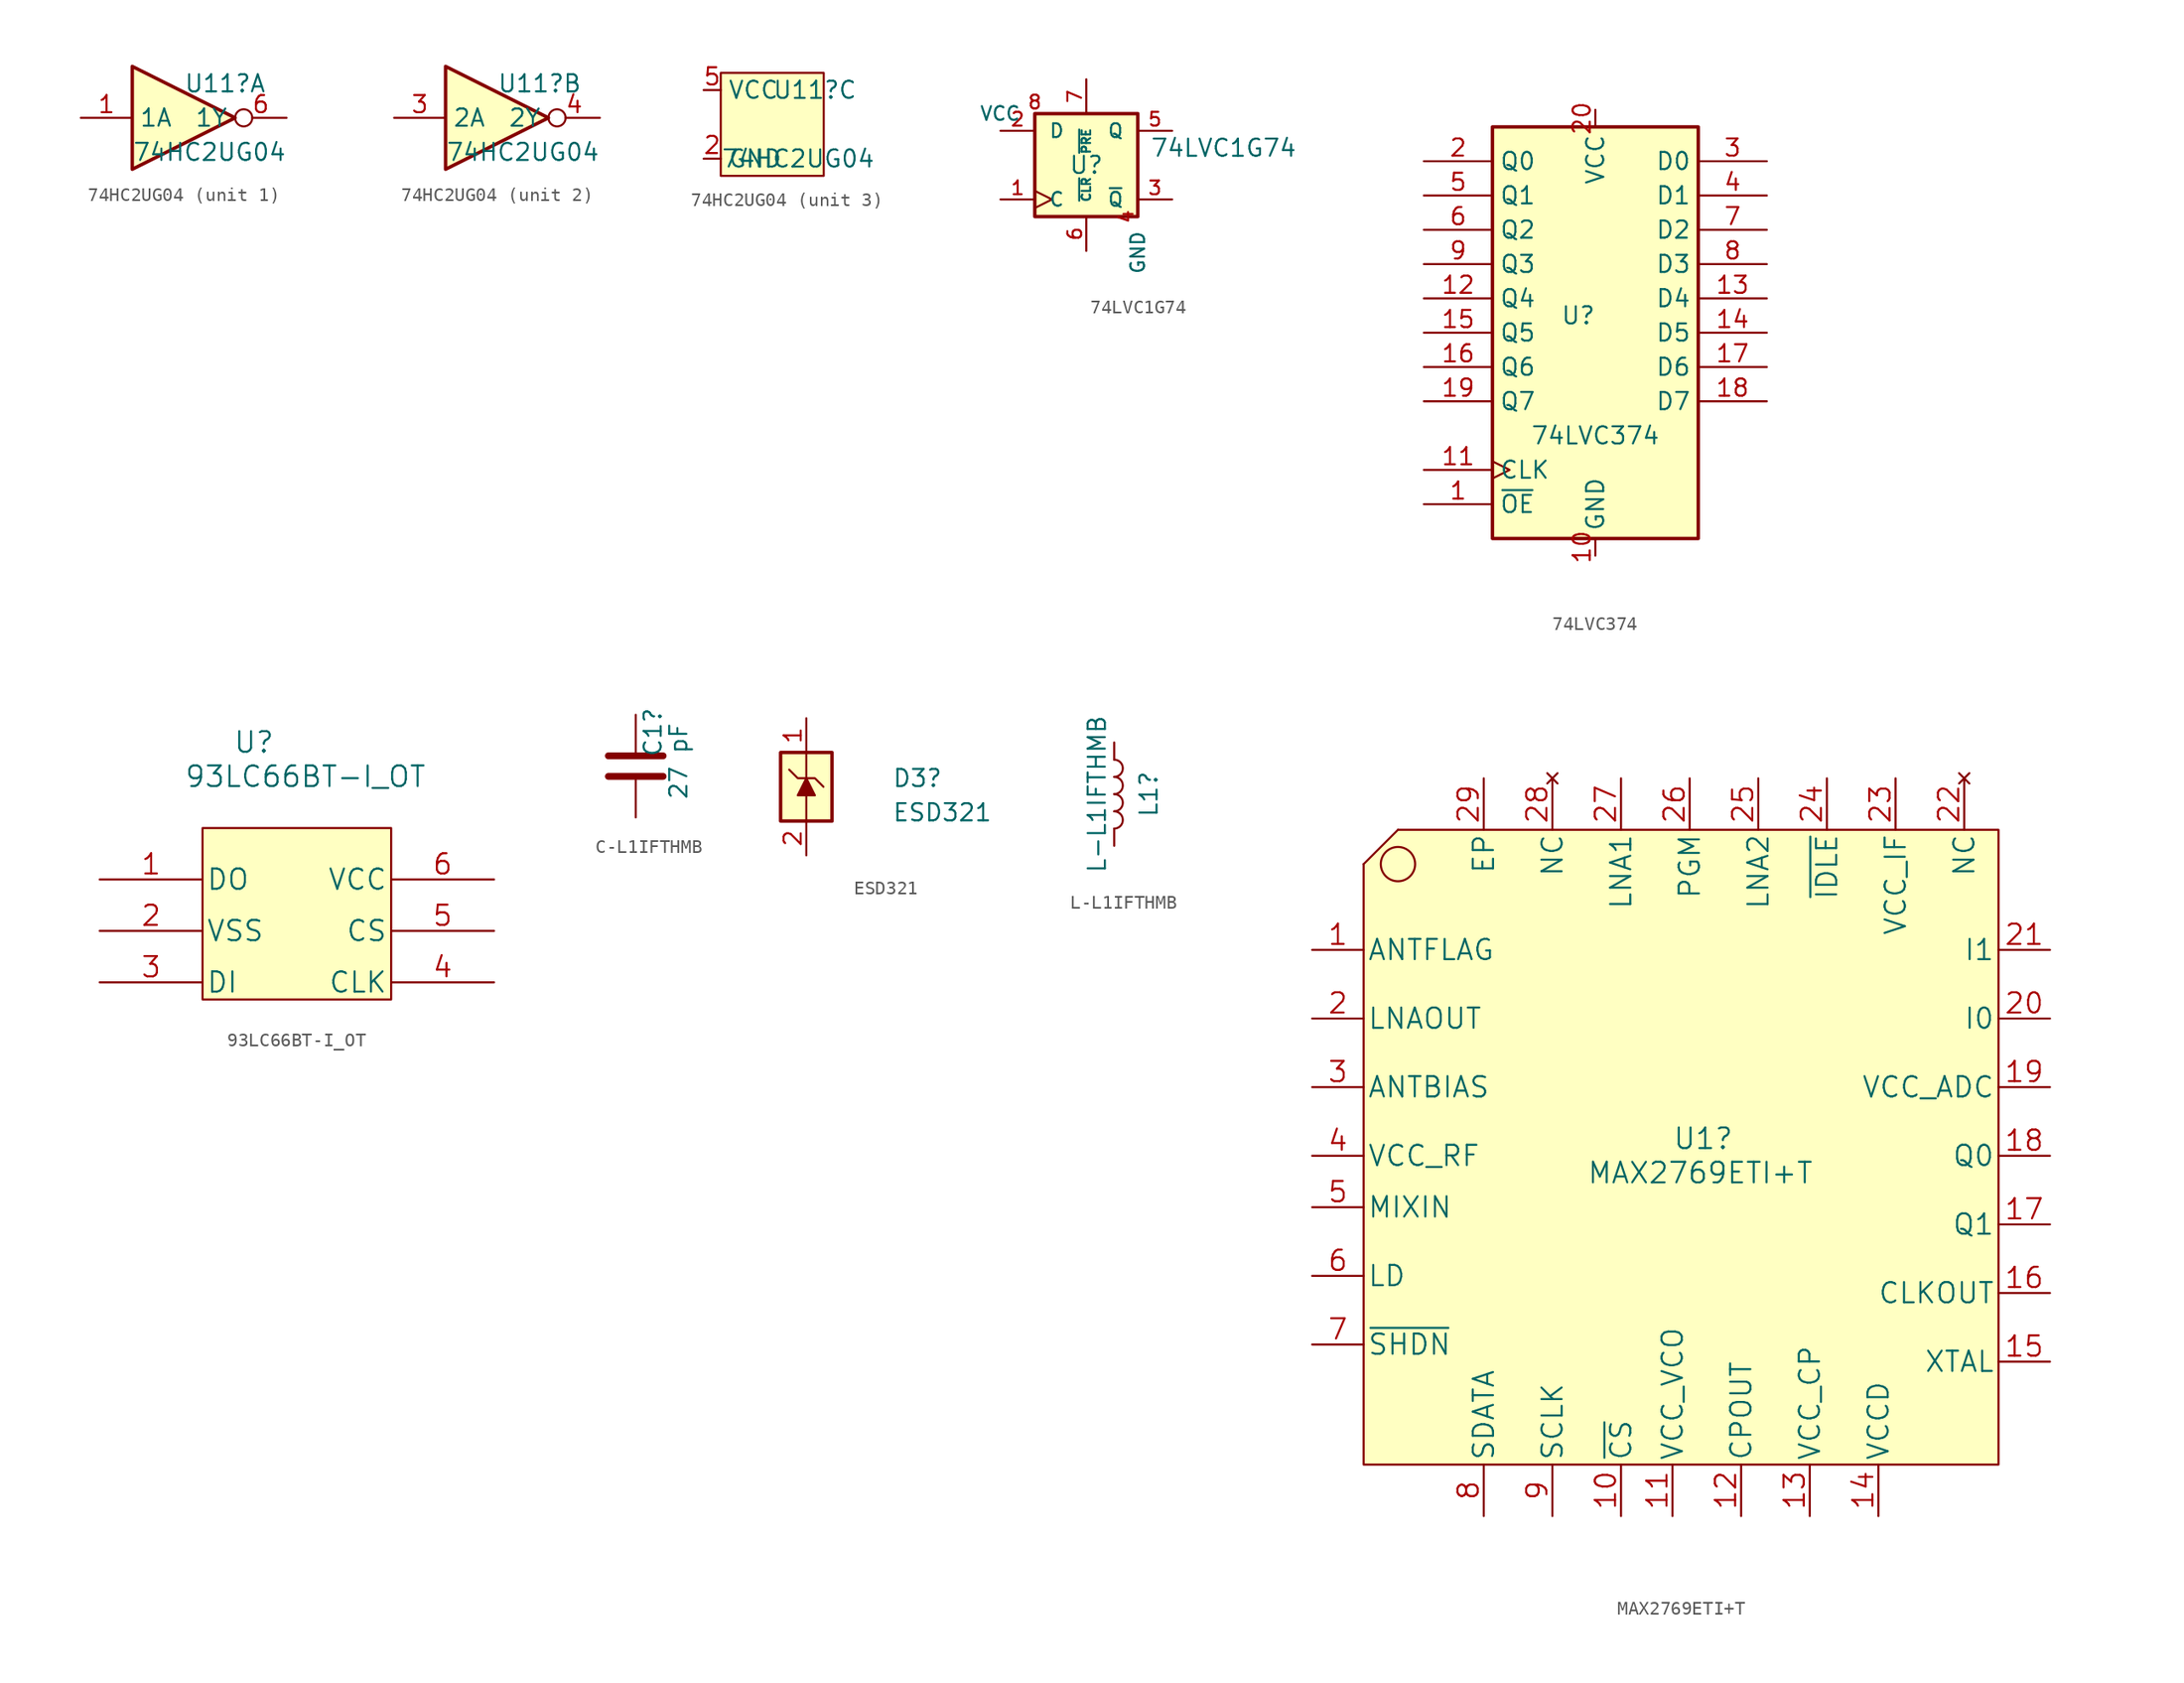
<source format=kicad_sym>
(kicad_symbol_lib
  (version 20220914)
  (generator kicad_symbol_editor)
  (symbol "74HC2UG04"
    (property "Reference" "U11"
      (at 0 2.54 0)
      (effects (font (size 1.27 1.27)) (justify left)))
    (property "Value" "74HC2UG04"
      (at -3.81 -2.54 0)
      (effects (font (size 1.27 1.27)) (justify left)))
    (property "ki_locked" ""
      (at 0 0 0)
      (effects (font (size 1.27 1.27))))
    (symbol "74HC2UG04_1_0"
      (polyline (pts (xy -3.81 3.81) (xy -3.81 -3.81) (xy 3.81 0) (xy -3.81 3.81)) (stroke (width 0.254) (type solid)) (fill (type background)))
      (pin input line (at -7.62 0 0) (length 3.81) (name "1A" (effects (font (size 1.27 1.27)))) (number "1" (effects (font (size 1.27 1.27)))))
      (pin output inverted (at 7.62 0 180) (length 3.81) (name "1Y" (effects (font (size 1.27 1.27)))) (number "6" (effects (font (size 1.27 1.27))))))
    (symbol "74HC2UG04_2_0"
      (polyline (pts (xy -3.81 3.81) (xy -3.81 -3.81) (xy 3.81 0) (xy -3.81 3.81)) (stroke (width 0.254) (type solid)) (fill (type background)))
      (pin input line (at -7.62 0 0) (length 3.81) (name "2A" (effects (font (size 1.27 1.27)))) (number "3" (effects (font (size 1.27 1.27)))))
      (pin output inverted (at 7.62 0 180) (length 3.81) (name "2Y" (effects (font (size 1.27 1.27)))) (number "4" (effects (font (size 1.27 1.27))))))
    (symbol "74HC2UG04_3_0"
      (pin power_in line (at -5.08 -2.54 0) (length 1.27) (name "GND" (effects (font (size 1.27 1.27)))) (number "2" (effects (font (size 1.27 1.27)))))
      (pin power_in line (at -5.08 2.54 0) (length 1.27) (name "VCC" (effects (font (size 1.27 1.27)))) (number "5" (effects (font (size 1.27 1.27))))))
    (symbol "74HC2UG04_3_1"
      (rectangle (start 3.81 3.81) (end -3.81 -3.81) (stroke (width 0) (type solid)) (fill (type background)))))
  (symbol "74LVC1G74"
    (pin_names
      (offset 1.016))
    (property "Reference" "U"
      (at 0 0 0)
      (effects (font (size 1.27 1.27))))
    (property "Value" "74LVC1G74"
      (at 10.16 1.27 0)
      (effects (font (size 1.27 1.27))))
    (symbol "74LVC1G74_0_1"
      (rectangle (start -3.81 3.81) (end 3.81 -3.81) (stroke (width 0.254) (type solid)) (fill (type background))))
    (symbol "74LVC1G74_1_1"
      (pin input clock (at -6.35 -2.54 0) (length 2.54) (name "C" (effects (font (size 1.016 1.016)))) (number "1" (effects (font (size 1.016 1.016)))))
      (pin input line (at -6.35 2.54 0) (length 2.54) (name "D" (effects (font (size 1.016 1.016)))) (number "2" (effects (font (size 1.016 1.016)))))
      (pin output line (at 6.35 -2.54 180) (length 2.54) (name "~{Q}" (effects (font (size 1.016 1.016)))) (number "3" (effects (font (size 1.016 1.016)))))
      (pin power_in line (at 3.81 -3.81 270) (length 0) (name "GND" (effects (font (size 1.016 1.016)))) (number "4" (effects (font (size 1.016 1.016)))))
      (pin output line (at 6.35 2.54 180) (length 2.54) (name "Q" (effects (font (size 1.016 1.016)))) (number "5" (effects (font (size 1.016 1.016)))))
      (pin input line (at 0 -6.35 90) (length 2.54) (name "~{CLR}" (effects (font (size 0.635 0.635)))) (number "6" (effects (font (size 1.016 1.016)))))
      (pin input line (at 0 6.35 270) (length 2.54) (name "~{PRE}" (effects (font (size 0.635 0.635)))) (number "7" (effects (font (size 1.016 1.016)))))
      (pin power_in line (at -3.81 3.81 180) (length 0) (name "VCC" (effects (font (size 1.016 1.016)))) (number "8" (effects (font (size 1.016 1.016)))))))
  (symbol "74LVC374"
    (property "Reference" "U"
      (at -1.27 1.27 0)
      (effects (font (size 1.27 1.27))))
    (property "Value" "74LVC374"
      (at 0 -7.62 0)
      (effects (font (size 1.27 1.27))))
    (symbol "74LVC374_1_0"
      (pin input line (at -12.7 -12.7 0) (length 5.08) (name "~{OE}" (effects (font (size 1.27 1.27)))) (number "1" (effects (font (size 1.27 1.27)))))
      (pin power_in line (at 0 -16.51 90) (length 1.27) (name "GND" (effects (font (size 1.27 1.27)))) (number "10" (effects (font (size 1.27 1.27)))))
      (pin input clock (at -12.7 -10.16 0) (length 5.08) (name "CLK" (effects (font (size 1.27 1.27)))) (number "11" (effects (font (size 1.27 1.27)))))
      (pin tri_state line (at -12.7 2.54 0) (length 5.08) (name "Q4" (effects (font (size 1.27 1.27)))) (number "12" (effects (font (size 1.27 1.27)))))
      (pin input line (at 12.7 2.54 180) (length 5.08) (name "D4" (effects (font (size 1.27 1.27)))) (number "13" (effects (font (size 1.27 1.27)))))
      (pin input line (at 12.7 0 180) (length 5.08) (name "D5" (effects (font (size 1.27 1.27)))) (number "14" (effects (font (size 1.27 1.27)))))
      (pin tri_state line (at -12.7 0 0) (length 5.08) (name "Q5" (effects (font (size 1.27 1.27)))) (number "15" (effects (font (size 1.27 1.27)))))
      (pin tri_state line (at -12.7 -2.54 0) (length 5.08) (name "Q6" (effects (font (size 1.27 1.27)))) (number "16" (effects (font (size 1.27 1.27)))))
      (pin input line (at 12.7 -2.54 180) (length 5.08) (name "D6" (effects (font (size 1.27 1.27)))) (number "17" (effects (font (size 1.27 1.27)))))
      (pin input line (at 12.7 -5.08 180) (length 5.08) (name "D7" (effects (font (size 1.27 1.27)))) (number "18" (effects (font (size 1.27 1.27)))))
      (pin tri_state line (at -12.7 -5.08 0) (length 5.08) (name "Q7" (effects (font (size 1.27 1.27)))) (number "19" (effects (font (size 1.27 1.27)))))
      (pin tri_state line (at -12.7 12.7 0) (length 5.08) (name "Q0" (effects (font (size 1.27 1.27)))) (number "2" (effects (font (size 1.27 1.27)))))
      (pin power_in line (at 0 16.51 270) (length 1.27) (name "VCC" (effects (font (size 1.27 1.27)))) (number "20" (effects (font (size 1.27 1.27)))))
      (pin input line (at 12.7 12.7 180) (length 5.08) (name "D0" (effects (font (size 1.27 1.27)))) (number "3" (effects (font (size 1.27 1.27)))))
      (pin input line (at 12.7 10.16 180) (length 5.08) (name "D1" (effects (font (size 1.27 1.27)))) (number "4" (effects (font (size 1.27 1.27)))))
      (pin tri_state line (at -12.7 10.16 0) (length 5.08) (name "Q1" (effects (font (size 1.27 1.27)))) (number "5" (effects (font (size 1.27 1.27)))))
      (pin tri_state line (at -12.7 7.62 0) (length 5.08) (name "Q2" (effects (font (size 1.27 1.27)))) (number "6" (effects (font (size 1.27 1.27)))))
      (pin input line (at 12.7 7.62 180) (length 5.08) (name "D2" (effects (font (size 1.27 1.27)))) (number "7" (effects (font (size 1.27 1.27)))))
      (pin input line (at 12.7 5.08 180) (length 5.08) (name "D3" (effects (font (size 1.27 1.27)))) (number "8" (effects (font (size 1.27 1.27)))))
      (pin tri_state line (at -12.7 5.08 0) (length 5.08) (name "Q3" (effects (font (size 1.27 1.27)))) (number "9" (effects (font (size 1.27 1.27))))))
    (symbol "74LVC374_1_1"
      (rectangle (start -7.62 15.24) (end 7.62 -15.24) (stroke (width 0.254) (type solid)) (fill (type background)))))
  (symbol "93LC66BT-I_OT"
    (pin_names
      (offset 0.254))
    (property "Reference" "U"
      (at 11.43 10.16 0)
      (effects (font (size 1.524 1.524))))
    (property "Value" "93LC66BT-I_OT"
      (at 15.24 7.62 0)
      (effects (font (size 1.524 1.524))))
    (symbol "93LC66BT-I_OT_0_1"
      (rectangle (start 7.62 3.81) (end 21.59 -8.89) (stroke (width 0) (type solid)) (fill (type background))))
    (symbol "93LC66BT-I_OT_1_0"
      (pin unspecified line (at 0 0 0) (length 7.62) (name "DO" (effects (font (size 1.499 1.499)))) (number "1" (effects (font (size 1.499 1.499)))))
      (pin unspecified line (at 0 -3.81 0) (length 7.62) (name "VSS" (effects (font (size 1.499 1.499)))) (number "2" (effects (font (size 1.499 1.499)))))
      (pin unspecified line (at 0 -7.62 0) (length 7.62) (name "DI" (effects (font (size 1.499 1.499)))) (number "3" (effects (font (size 1.499 1.499)))))
      (pin unspecified line (at 29.21 -7.62 180) (length 7.62) (name "CLK" (effects (font (size 1.499 1.499)))) (number "4" (effects (font (size 1.499 1.499)))))
      (pin unspecified line (at 29.21 -3.81 180) (length 7.62) (name "CS" (effects (font (size 1.499 1.499)))) (number "5" (effects (font (size 1.499 1.499)))))
      (pin unspecified line (at 29.21 0 180) (length 7.62) (name "VCC" (effects (font (size 1.499 1.499)))) (number "6" (effects (font (size 1.499 1.499)))))))
  (symbol "C-L1IFTHMB"
    (pin_numbers hide)
    (pin_names
      (offset 0.254))
    (property "Reference" "C1"
      (at 1.27 0.635 90)
      (effects (font (size 1.27 1.27)) (justify left)))
    (property "Value" "27 pF"
      (at 3.175 -2.54 90)
      (effects (font (size 1.27 1.27)) (justify left)))
    (symbol "C-L1IFTHMB_0_1"
      (polyline (pts (xy -2.032 -0.762) (xy 2.032 -0.762)) (stroke (width 0.508) (type solid)) (fill (type none)))
      (polyline (pts (xy -2.032 0.762) (xy 2.032 0.762)) (stroke (width 0.508) (type solid)) (fill (type none))))
    (symbol "C-L1IFTHMB_1_1"
      (pin passive line (at 0 3.81 270) (length 2.794) (name "~" (effects (font (size 1.27 1.27)))) (number "1" (effects (font (size 1.27 1.27)))))
      (pin passive line (at 0 -3.81 90) (length 2.794) (name "~" (effects (font (size 1.27 1.27)))) (number "2" (effects (font (size 1.27 1.27)))))))
  (symbol "ESD321"
    (pin_names hide)
    (property "Reference" "D3"
      (at 6.35 0.635 0)
      (effects (font (size 1.27 1.27)) (justify left)))
    (property "Value" "ESD321"
      (at 6.35 -1.905 0)
      (effects (font (size 1.27 1.27)) (justify left)))
    (symbol "ESD321_0_0"
      (pin passive line (at 0 -5.08 90) (length 2.54) (name "A" (effects (font (size 1.27 1.27)))) (number "2" (effects (font (size 1.27 1.27))))))
    (symbol "ESD321_0_1"
      (rectangle (start -1.905 2.54) (end 1.905 -2.54) (stroke (width 0.254) (type default)) (fill (type background)))
      (polyline (pts (xy 0 -0.635) (xy 0 -2.54)) (stroke (width 0) (type default)) (fill (type none)))
      (polyline (pts (xy 0 2.54) (xy 0 0.635)) (stroke (width 0) (type default)) (fill (type none)))
      (polyline (pts (xy -1.27 1.27) (xy -0.635 0.635) (xy 0.635 0.635) (xy 1.27 0)) (stroke (width 0) (type default)) (fill (type none))))
    (symbol "ESD321_1_1"
      (polyline (pts (xy 0 0.635) (xy 0.635 -0.635) (xy -0.635 -0.635) (xy 0 0.635)) (stroke (width 0) (type default)) (fill (type outline)))
      (pin passive line (at 0 5.08 270) (length 2.54) (name "K" (effects (font (size 1.27 1.27)))) (number "1" (effects (font (size 1.27 1.27)))))))
  (symbol "L-L1IFTHMB"
    (pin_numbers hide)
    (pin_names
      (offset 1.016) hide)
    (property "Reference" "L1"
      (at 2.54 0 90)
      (effects (font (size 1.27 1.27))))
    (property "Value" "L-L1IFTHMB"
      (at -1.27 0 90)
      (effects (font (size 1.27 1.27))))
    (symbol "L-L1IFTHMB_0_1"
      (arc (start 0 -2.54) (mid 0.6323 -1.905) (end 0 -1.27) (stroke (width 0) (type solid)) (fill (type none)))
      (arc (start 0 -1.27) (mid 0.6323 -0.635) (end 0 0) (stroke (width 0) (type solid)) (fill (type none)))
      (arc (start 0 0) (mid 0.6323 0.635) (end 0 1.27) (stroke (width 0) (type solid)) (fill (type none)))
      (arc (start 0 1.27) (mid 0.6323 1.905) (end 0 2.54) (stroke (width 0) (type solid)) (fill (type none))))
    (symbol "L-L1IFTHMB_1_1"
      (pin passive line (at 0 3.81 270) (length 1.27) (name "1" (effects (font (size 1.27 1.27)))) (number "1" (effects (font (size 1.27 1.27)))))
      (pin passive line (at 0 -3.81 90) (length 1.27) (name "2" (effects (font (size 1.27 1.27)))) (number "2" (effects (font (size 1.27 1.27)))))))
  (symbol "MAX2769ETI+T"
    (pin_names
      (offset 0.254))
    (property "Reference" "U1"
      (at 22.86 -22.86 0)
      (effects (font (size 1.524 1.524)) (justify left)))
    (property "Value" "MAX2769ETI+T"
      (at 16.51 -25.4 0)
      (effects (font (size 1.524 1.524)) (justify left)))
    (property "Datasheet" ""
      (at -1.27 -35.56 0)
      (effects (font (size 1.524 1.524))))
    (symbol "MAX2769ETI+T_1_1"
      (polyline (pts (xy 0 -2.54) (xy 2.54 0)) (stroke (width 0) (type solid)) (fill (type none)))
      (polyline (pts (xy 0 -2.54) (xy 0 -46.99) (xy 46.99 -46.99) (xy 46.99 0) (xy 2.54 0)) (stroke (width 0) (type solid)) (fill (type background)))
      (circle (center 2.54 -2.54) (radius 1.27) (stroke (width 0) (type solid)) (fill (type none)))
      (pin output line (at -3.81 -8.89 0) (length 3.81) (name "ANTFLAG" (effects (font (size 1.499 1.499)))) (number "1" (effects (font (size 1.499 1.499)))))
      (pin input line (at 19.05 -50.8 90) (length 3.81) (name "~{CS}" (effects (font (size 1.499 1.499)))) (number "10" (effects (font (size 1.499 1.499)))))
      (pin power_in line (at 22.86 -50.8 90) (length 3.81) (name "VCC_VCO" (effects (font (size 1.499 1.499)))) (number "11" (effects (font (size 1.499 1.499)))))
      (pin output line (at 27.94 -50.8 90) (length 3.81) (name "CPOUT" (effects (font (size 1.499 1.499)))) (number "12" (effects (font (size 1.499 1.499)))))
      (pin power_in line (at 33.02 -50.8 90) (length 3.81) (name "VCC_CP" (effects (font (size 1.499 1.499)))) (number "13" (effects (font (size 1.499 1.499)))))
      (pin power_in line (at 38.1 -50.8 90) (length 3.81) (name "VCCD" (effects (font (size 1.499 1.499)))) (number "14" (effects (font (size 1.499 1.499)))))
      (pin input line (at 50.8 -39.37 180) (length 3.81) (name "XTAL" (effects (font (size 1.499 1.499)))) (number "15" (effects (font (size 1.499 1.499)))))
      (pin output line (at 50.8 -34.29 180) (length 3.81) (name "CLKOUT" (effects (font (size 1.499 1.499)))) (number "16" (effects (font (size 1.499 1.499)))))
      (pin output line (at 50.8 -29.21 180) (length 3.81) (name "Q1" (effects (font (size 1.499 1.499)))) (number "17" (effects (font (size 1.499 1.499)))))
      (pin output line (at 50.8 -24.13 180) (length 3.81) (name "Q0" (effects (font (size 1.499 1.499)))) (number "18" (effects (font (size 1.499 1.499)))))
      (pin power_in line (at 50.8 -19.05 180) (length 3.81) (name "VCC_ADC" (effects (font (size 1.499 1.499)))) (number "19" (effects (font (size 1.499 1.499)))))
      (pin output line (at -3.81 -13.97 0) (length 3.81) (name "LNAOUT" (effects (font (size 1.499 1.499)))) (number "2" (effects (font (size 1.499 1.499)))))
      (pin output line (at 50.8 -13.97 180) (length 3.81) (name "I0" (effects (font (size 1.499 1.499)))) (number "20" (effects (font (size 1.499 1.499)))))
      (pin output line (at 50.8 -8.89 180) (length 3.81) (name "I1" (effects (font (size 1.499 1.499)))) (number "21" (effects (font (size 1.499 1.499)))))
      (pin no_connect line (at 44.45 3.81 270) (length 3.81) (name "NC" (effects (font (size 1.499 1.499)))) (number "22" (effects (font (size 1.499 1.499)))))
      (pin power_in line (at 39.37 3.81 270) (length 3.81) (name "VCC_IF" (effects (font (size 1.499 1.499)))) (number "23" (effects (font (size 1.499 1.499)))))
      (pin input line (at 34.29 3.81 270) (length 3.81) (name "~{IDLE}" (effects (font (size 1.499 1.499)))) (number "24" (effects (font (size 1.499 1.499)))))
      (pin input line (at 29.21 3.81 270) (length 3.81) (name "LNA2" (effects (font (size 1.499 1.499)))) (number "25" (effects (font (size 1.499 1.499)))))
      (pin input line (at 24.13 3.81 270) (length 3.81) (name "PGM" (effects (font (size 1.499 1.499)))) (number "26" (effects (font (size 1.499 1.499)))))
      (pin input line (at 19.05 3.81 270) (length 3.81) (name "LNA1" (effects (font (size 1.499 1.499)))) (number "27" (effects (font (size 1.499 1.499)))))
      (pin no_connect line (at 13.97 3.81 270) (length 3.81) (name "NC" (effects (font (size 1.499 1.499)))) (number "28" (effects (font (size 1.499 1.499)))))
      (pin free line (at 8.89 3.81 270) (length 3.81) (name "EP" (effects (font (size 1.499 1.499)))) (number "29" (effects (font (size 1.499 1.499)))))
      (pin output line (at -3.81 -19.05 0) (length 3.81) (name "ANTBIAS" (effects (font (size 1.499 1.499)))) (number "3" (effects (font (size 1.499 1.499)))))
      (pin power_in line (at -3.81 -24.13 0) (length 3.81) (name "VCC_RF" (effects (font (size 1.499 1.499)))) (number "4" (effects (font (size 1.499 1.499)))))
      (pin input line (at -3.81 -27.94 0) (length 3.81) (name "MIXIN" (effects (font (size 1.499 1.499)))) (number "5" (effects (font (size 1.499 1.499)))))
      (pin output line (at -3.81 -33.02 0) (length 3.81) (name "LD" (effects (font (size 1.499 1.499)))) (number "6" (effects (font (size 1.499 1.499)))))
      (pin input line (at -3.81 -38.1 0) (length 3.81) (name "~{SHDN}" (effects (font (size 1.499 1.499)))) (number "7" (effects (font (size 1.499 1.499)))))
      (pin input line (at 8.89 -50.8 90) (length 3.81) (name "SDATA" (effects (font (size 1.499 1.499)))) (number "8" (effects (font (size 1.499 1.499)))))
      (pin input line (at 13.97 -50.8 90) (length 3.81) (name "SCLK" (effects (font (size 1.499 1.499)))) (number "9" (effects (font (size 1.499 1.499))))))))
</source>
